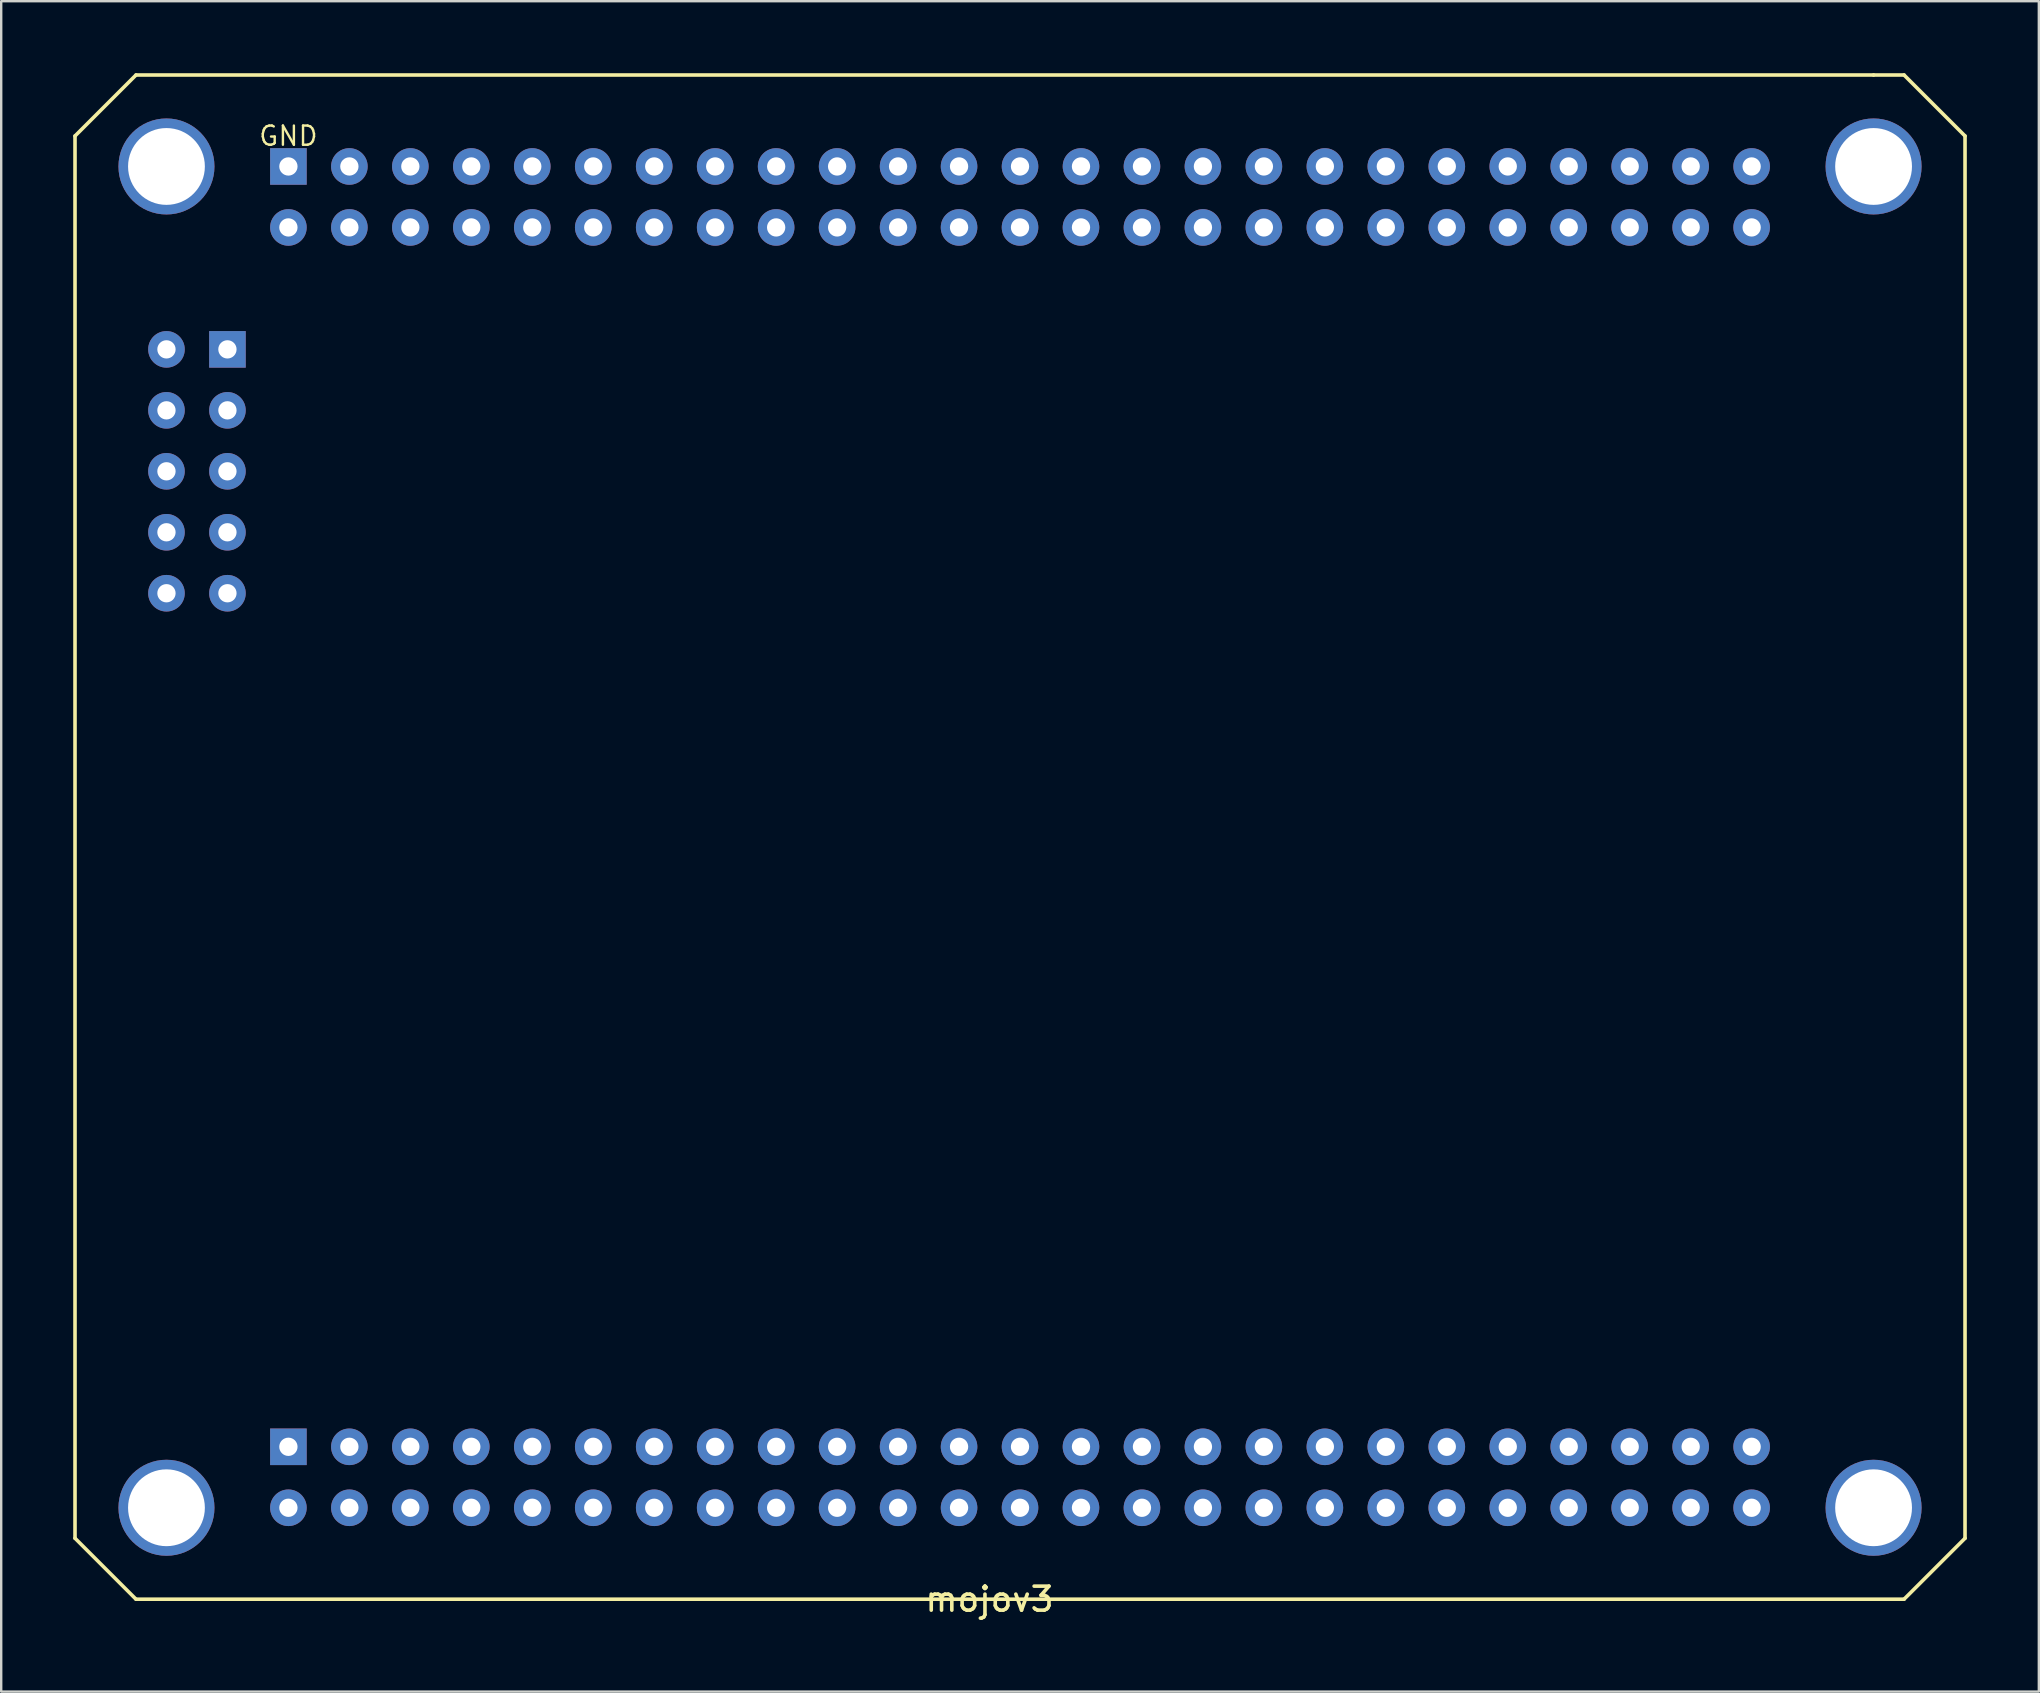
<source format=kicad_pcb>
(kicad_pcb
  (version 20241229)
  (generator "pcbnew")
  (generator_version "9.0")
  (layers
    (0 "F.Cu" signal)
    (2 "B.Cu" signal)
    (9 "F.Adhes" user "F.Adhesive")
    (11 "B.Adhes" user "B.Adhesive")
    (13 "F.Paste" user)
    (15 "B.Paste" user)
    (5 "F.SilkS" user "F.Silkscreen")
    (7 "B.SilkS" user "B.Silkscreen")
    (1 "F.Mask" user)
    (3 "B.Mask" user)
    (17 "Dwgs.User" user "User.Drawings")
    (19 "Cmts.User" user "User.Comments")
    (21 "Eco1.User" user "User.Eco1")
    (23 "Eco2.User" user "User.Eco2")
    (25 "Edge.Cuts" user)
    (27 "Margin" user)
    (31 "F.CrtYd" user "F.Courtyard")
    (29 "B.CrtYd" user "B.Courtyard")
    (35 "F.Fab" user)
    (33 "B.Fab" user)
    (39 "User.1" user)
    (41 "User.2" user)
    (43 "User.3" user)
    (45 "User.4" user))
  (footprint "mojov3"
    (layer "F.Cu")
    (at 38.175 25.475)
    (property "Reference" "mojov3" (at 0 38.1 0) (layer "F.SilkS") (effects (font (size 1 1) (thickness 0.15))))
    (attr through_hole)
    (fp_line (start -38.1 -22.86) (end -38.1 35.56) (stroke (width 0.15) (type solid)) (layer "F.SilkS"))
    (fp_line (start -38.1 -22.86) (end -35.56 -25.4) (stroke (width 0.15) (type solid)) (layer "F.SilkS"))
    (fp_line (start -38.1 35.56) (end -35.56 38.1) (stroke (width 0.15) (type solid)) (layer "F.SilkS"))
    (fp_line (start -35.56 -25.4) (end 36.83 -25.4) (stroke (width 0.15) (type solid)) (layer "F.SilkS"))
    (fp_line (start -35.56 38.1) (end 38.1 38.1) (stroke (width 0.15) (type solid)) (layer "F.SilkS"))
    (fp_line (start 36.83 -25.4) (end 38.1 -25.4) (stroke (width 0.15) (type solid)) (layer "F.SilkS"))
    (fp_line (start 38.1 -25.4) (end 40.64 -22.86) (stroke (width 0.15) (type solid)) (layer "F.SilkS"))
    (fp_line (start 40.64 -22.86) (end 40.64 35.56) (stroke (width 0.15) (type solid)) (layer "F.SilkS"))
    (fp_line (start 40.64 35.56) (end 38.1 38.1) (stroke (width 0.15) (type solid)) (layer "F.SilkS"))
    (fp_text user "GND" (at -29.21 -22.86 0) (layer "F.SilkS") (effects (font (size 0.8 0.8) (thickness 0.1))))
    (pad "+V" thru_hole circle (at -26.67 -19.05) (size 1.524 1.524) (drill 0.762) (layers "*.Cu" "*.Mask"))
    (pad "+V" thru_hole circle (at -26.67 34.29) (size 1.524 1.524) (drill 0.762) (layers "*.Cu" "*.Mask"))
    (pad "1" thru_hole circle (at 11.43 -19.05) (size 1.524 1.524) (drill 0.762) (layers "*.Cu" "*.Mask"))
    (pad "2" thru_hole circle (at 11.43 -21.59) (size 1.524 1.524) (drill 0.762) (layers "*.Cu" "*.Mask"))
    (pad "5" thru_hole circle (at 8.89 -19.05) (size 1.524 1.524) (drill 0.762) (layers "*.Cu" "*.Mask"))
    (pad "6" thru_hole circle (at 8.89 -21.59) (size 1.524 1.524) (drill 0.762) (layers "*.Cu" "*.Mask"))
    (pad "7" thru_hole circle (at 6.35 -19.05) (size 1.524 1.524) (drill 0.762) (layers "*.Cu" "*.Mask"))
    (pad "8" thru_hole circle (at 6.35 -21.59) (size 1.524 1.524) (drill 0.762) (layers "*.Cu" "*.Mask"))
    (pad "9" thru_hole circle (at 3.81 -19.05) (size 1.524 1.524) (drill 0.762) (layers "*.Cu" "*.Mask"))
    (pad "10" thru_hole circle (at 3.81 -21.59) (size 1.524 1.524) (drill 0.762) (layers "*.Cu" "*.Mask"))
    (pad "11" thru_hole circle (at 1.27 -19.05) (size 1.524 1.524) (drill 0.762) (layers "*.Cu" "*.Mask"))
    (pad "12" thru_hole circle (at 1.27 -21.59) (size 1.524 1.524) (drill 0.762) (layers "*.Cu" "*.Mask"))
    (pad "14" thru_hole circle (at -1.27 -19.05) (size 1.524 1.524) (drill 0.762) (layers "*.Cu" "*.Mask"))
    (pad "15" thru_hole circle (at -1.27 -21.59) (size 1.524 1.524) (drill 0.762) (layers "*.Cu" "*.Mask"))
    (pad "16" thru_hole circle (at -3.81 -19.05) (size 1.524 1.524) (drill 0.762) (layers "*.Cu" "*.Mask"))
    (pad "17" thru_hole circle (at -3.81 -21.59) (size 1.524 1.524) (drill 0.762) (layers "*.Cu" "*.Mask"))
    (pad "21" thru_hole circle (at -6.35 -19.05) (size 1.524 1.524) (drill 0.762) (layers "*.Cu" "*.Mask"))
    (pad "22" thru_hole circle (at -6.35 -21.59) (size 1.524 1.524) (drill 0.762) (layers "*.Cu" "*.Mask"))
    (pad "23" thru_hole circle (at -8.89 -19.05) (size 1.524 1.524) (drill 0.762) (layers "*.Cu" "*.Mask"))
    (pad "24" thru_hole circle (at -8.89 -21.59) (size 1.524 1.524) (drill 0.762) (layers "*.Cu" "*.Mask"))
    (pad "26" thru_hole circle (at -11.43 -19.05) (size 1.524 1.524) (drill 0.762) (layers "*.Cu" "*.Mask"))
    (pad "27" thru_hole circle (at -11.43 -21.59) (size 1.524 1.524) (drill 0.762) (layers "*.Cu" "*.Mask"))
    (pad "29" thru_hole circle (at -13.97 -19.05) (size 1.524 1.524) (drill 0.762) (layers "*.Cu" "*.Mask"))
    (pad "30" thru_hole circle (at -13.97 -21.59) (size 1.524 1.524) (drill 0.762) (layers "*.Cu" "*.Mask"))
    (pad "32" thru_hole circle (at -16.51 -19.05) (size 1.524 1.524) (drill 0.762) (layers "*.Cu" "*.Mask"))
    (pad "33" thru_hole circle (at -16.51 -21.59) (size 1.524 1.524) (drill 0.762) (layers "*.Cu" "*.Mask"))
    (pad "34" thru_hole circle (at -19.05 -19.05) (size 1.524 1.524) (drill 0.762) (layers "*.Cu" "*.Mask"))
    (pad "35" thru_hole circle (at -19.05 -21.59) (size 1.524 1.524) (drill 0.762) (layers "*.Cu" "*.Mask"))
    (pad "40" thru_hole circle (at -21.59 -19.05) (size 1.524 1.524) (drill 0.762) (layers "*.Cu" "*.Mask"))
    (pad "41" thru_hole circle (at -21.59 -21.59) (size 1.524 1.524) (drill 0.762) (layers "*.Cu" "*.Mask"))
    (pad "50" thru_hole circle (at -24.13 -19.05) (size 1.524 1.524) (drill 0.762) (layers "*.Cu" "*.Mask"))
    (pad "51" thru_hole circle (at -24.13 -21.59) (size 1.524 1.524) (drill 0.762) (layers "*.Cu" "*.Mask"))
    (pad "57" thru_hole circle (at -21.59 34.29) (size 1.524 1.524) (drill 0.762) (layers "*.Cu" "*.Mask"))
    (pad "58" thru_hole circle (at -21.59 31.75) (size 1.524 1.524) (drill 0.762) (layers "*.Cu" "*.Mask"))
    (pad "66" thru_hole circle (at -19.05 34.29) (size 1.524 1.524) (drill 0.762) (layers "*.Cu" "*.Mask"))
    (pad "67" thru_hole circle (at -19.05 31.75) (size 1.524 1.524) (drill 0.762) (layers "*.Cu" "*.Mask"))
    (pad "74" thru_hole circle (at -16.51 34.29) (size 1.524 1.524) (drill 0.762) (layers "*.Cu" "*.Mask"))
    (pad "75" thru_hole circle (at -16.51 31.75) (size 1.524 1.524) (drill 0.762) (layers "*.Cu" "*.Mask"))
    (pad "78" thru_hole circle (at -13.97 34.29) (size 1.524 1.524) (drill 0.762) (layers "*.Cu" "*.Mask"))
    (pad "79" thru_hole circle (at -13.97 31.75) (size 1.524 1.524) (drill 0.762) (layers "*.Cu" "*.Mask"))
    (pad "80" thru_hole circle (at -11.43 34.29) (size 1.524 1.524) (drill 0.762) (layers "*.Cu" "*.Mask"))
    (pad "81" thru_hole circle (at -11.43 31.75) (size 1.524 1.524) (drill 0.762) (layers "*.Cu" "*.Mask"))
    (pad "82" thru_hole circle (at -8.89 34.29) (size 1.524 1.524) (drill 0.762) (layers "*.Cu" "*.Mask"))
    (pad "83" thru_hole circle (at -8.89 31.75) (size 1.524 1.524) (drill 0.762) (layers "*.Cu" "*.Mask"))
    (pad "84" thru_hole circle (at -6.35 34.29) (size 1.524 1.524) (drill 0.762) (layers "*.Cu" "*.Mask"))
    (pad "85" thru_hole circle (at -6.35 31.75) (size 1.524 1.524) (drill 0.762) (layers "*.Cu" "*.Mask"))
    (pad "87" thru_hole circle (at -3.81 34.29) (size 1.524 1.524) (drill 0.762) (layers "*.Cu" "*.Mask"))
    (pad "88" thru_hole circle (at -3.81 31.75) (size 1.524 1.524) (drill 0.762) (layers "*.Cu" "*.Mask"))
    (pad "92" thru_hole circle (at -1.27 34.29) (size 1.524 1.524) (drill 0.762) (layers "*.Cu" "*.Mask"))
    (pad "93" thru_hole circle (at -1.27 31.75) (size 1.524 1.524) (drill 0.762) (layers "*.Cu" "*.Mask"))
    (pad "94" thru_hole circle (at 1.27 34.29) (size 1.524 1.524) (drill 0.762) (layers "*.Cu" "*.Mask"))
    (pad "95" thru_hole circle (at 1.27 31.75) (size 1.524 1.524) (drill 0.762) (layers "*.Cu" "*.Mask"))
    (pad "97" thru_hole circle (at 3.81 34.29) (size 1.524 1.524) (drill 0.762) (layers "*.Cu" "*.Mask"))
    (pad "98" thru_hole circle (at 3.81 31.75) (size 1.524 1.524) (drill 0.762) (layers "*.Cu" "*.Mask"))
    (pad "99" thru_hole circle (at 6.35 34.29) (size 1.524 1.524) (drill 0.762) (layers "*.Cu" "*.Mask"))
    (pad "100" thru_hole circle (at 6.35 31.75) (size 1.524 1.524) (drill 0.762) (layers "*.Cu" "*.Mask"))
    (pad "101" thru_hole circle (at 8.89 34.29) (size 1.524 1.524) (drill 0.762) (layers "*.Cu" "*.Mask"))
    (pad "102" thru_hole circle (at 8.89 31.75) (size 1.524 1.524) (drill 0.762) (layers "*.Cu" "*.Mask"))
    (pad "104" thru_hole circle (at 11.43 34.29) (size 1.524 1.524) (drill 0.762) (layers "*.Cu" "*.Mask"))
    (pad "105" thru_hole circle (at 11.43 31.75) (size 1.524 1.524) (drill 0.762) (layers "*.Cu" "*.Mask"))
    (pad "111" thru_hole circle (at 13.97 34.29) (size 1.524 1.524) (drill 0.762) (layers "*.Cu" "*.Mask"))
    (pad "112" thru_hole circle (at 13.97 31.75) (size 1.524 1.524) (drill 0.762) (layers "*.Cu" "*.Mask"))
    (pad "114" thru_hole circle (at 16.51 34.29) (size 1.524 1.524) (drill 0.762) (layers "*.Cu" "*.Mask"))
    (pad "115" thru_hole circle (at 16.51 31.75) (size 1.524 1.524) (drill 0.762) (layers "*.Cu" "*.Mask"))
    (pad "117" thru_hole circle (at 19.05 31.75) (size 1.524 1.524) (drill 0.762) (layers "*.Cu" "*.Mask"))
    (pad "117" thru_hole circle (at 19.05 34.29) (size 1.524 1.524) (drill 0.762) (layers "*.Cu" "*.Mask"))
    (pad "118" thru_hole circle (at 21.59 34.29) (size 1.524 1.524) (drill 0.762) (layers "*.Cu" "*.Mask"))
    (pad "119" thru_hole circle (at 21.59 31.75) (size 1.524 1.524) (drill 0.762) (layers "*.Cu" "*.Mask"))
    (pad "120" thru_hole circle (at 24.13 34.29) (size 1.524 1.524) (drill 0.762) (layers "*.Cu" "*.Mask"))
    (pad "121" thru_hole circle (at 24.13 31.75) (size 1.524 1.524) (drill 0.762) (layers "*.Cu" "*.Mask"))
    (pad "123" thru_hole circle (at 31.75 -19.05) (size 1.524 1.524) (drill 0.762) (layers "*.Cu" "*.Mask"))
    (pad "124" thru_hole circle (at 31.75 -21.59) (size 1.524 1.524) (drill 0.762) (layers "*.Cu" "*.Mask"))
    (pad "126" thru_hole circle (at 29.21 -19.05) (size 1.524 1.524) (drill 0.762) (layers "*.Cu" "*.Mask"))
    (pad "127" thru_hole circle (at 29.21 -21.59) (size 1.524 1.524) (drill 0.762) (layers "*.Cu" "*.Mask"))
    (pad "131" thru_hole circle (at 26.67 -19.05) (size 1.524 1.524) (drill 0.762) (layers "*.Cu" "*.Mask"))
    (pad "132" thru_hole circle (at 26.67 -21.59) (size 1.524 1.524) (drill 0.762) (layers "*.Cu" "*.Mask"))
    (pad "133" thru_hole circle (at 24.13 -19.05) (size 1.524 1.524) (drill 0.762) (layers "*.Cu" "*.Mask"))
    (pad "134" thru_hole circle (at 24.13 -21.59) (size 1.524 1.524) (drill 0.762) (layers "*.Cu" "*.Mask"))
    (pad "137" thru_hole circle (at 21.59 -19.05) (size 1.524 1.524) (drill 0.762) (layers "*.Cu" "*.Mask"))
    (pad "138" thru_hole circle (at 21.59 -21.59) (size 1.524 1.524) (drill 0.762) (layers "*.Cu" "*.Mask"))
    (pad "139" thru_hole circle (at 19.05 -19.05) (size 1.524 1.524) (drill 0.762) (layers "*.Cu" "*.Mask"))
    (pad "140" thru_hole circle (at 19.05 -21.59) (size 1.524 1.524) (drill 0.762) (layers "*.Cu" "*.Mask"))
    (pad "141" thru_hole circle (at 16.51 -19.05) (size 1.524 1.524) (drill 0.762) (layers "*.Cu" "*.Mask"))
    (pad "142" thru_hole circle (at 16.51 -21.59) (size 1.524 1.524) (drill 0.762) (layers "*.Cu" "*.Mask"))
    (pad "143" thru_hole circle (at 13.97 -19.05) (size 1.524 1.524) (drill 0.762) (layers "*.Cu" "*.Mask"))
    (pad "144" thru_hole circle (at 13.97 -21.59) (size 1.524 1.524) (drill 0.762) (layers "*.Cu" "*.Mask"))
    (pad "A0" thru_hole circle (at -31.75 -3.81) (size 1.524 1.524) (drill 0.762) (layers "*.Cu" "*.Mask"))
    (pad "A1" thru_hole circle (at -34.29 -3.81) (size 1.524 1.524) (drill 0.762) (layers "*.Cu" "*.Mask"))
    (pad "A4" thru_hole circle (at -31.75 -6.35) (size 1.524 1.524) (drill 0.762) (layers "*.Cu" "*.Mask"))
    (pad "A5" thru_hole circle (at -34.29 -6.35) (size 1.524 1.524) (drill 0.762) (layers "*.Cu" "*.Mask"))
    (pad "A6" thru_hole circle (at -31.75 -8.89) (size 1.524 1.524) (drill 0.762) (layers "*.Cu" "*.Mask"))
    (pad "A7" thru_hole circle (at -34.29 -8.89) (size 1.524 1.524) (drill 0.762) (layers "*.Cu" "*.Mask"))
    (pad "A8" thru_hole circle (at -31.75 -11.43) (size 1.524 1.524) (drill 0.762) (layers "*.Cu" "*.Mask"))
    (pad "A9" thru_hole circle (at -34.29 -11.43) (size 1.524 1.524) (drill 0.762) (layers "*.Cu" "*.Mask"))
    (pad "AREF" thru_hole circle (at -34.29 -13.97) (size 1.524 1.524) (drill 0.762) (layers "*.Cu" "*.Mask"))
    (pad "DONE" thru_hole circle (at -24.13 34.29) (size 1.524 1.524) (drill 0.762) (layers "*.Cu" "*.Mask"))
    (pad "GND" thru_hole circle (at -34.29 -21.59) (size 4 4) (drill 3.2) (layers "*.Cu" "*.Mask"))
    (pad "GND" thru_hole circle (at -34.29 34.29) (size 4 4) (drill 3.2) (layers "*.Cu" "*.Mask"))
    (pad "GND" thru_hole rect (at -31.75 -13.97) (size 1.524 1.524) (drill 0.762) (layers "*.Cu" "*.Mask"))
    (pad "GND" thru_hole rect (at -29.21 -21.59) (size 1.524 1.524) (drill 0.762) (layers "*.Cu" "*.Mask"))
    (pad "GND" thru_hole rect (at -29.21 31.75) (size 1.524 1.524) (drill 0.762) (layers "*.Cu" "*.Mask"))
    (pad "GND" thru_hole circle (at -26.67 -21.59) (size 1.524 1.524) (drill 0.762) (layers "*.Cu" "*.Mask"))
    (pad "GND" thru_hole circle (at -26.67 31.75) (size 1.524 1.524) (drill 0.762) (layers "*.Cu" "*.Mask"))
    (pad "GND" thru_hole circle (at 31.75 34.29) (size 1.524 1.524) (drill 0.762) (layers "*.Cu" "*.Mask"))
    (pad "GND" thru_hole circle (at 36.83 -21.59) (size 4 4) (drill 3.2) (layers "*.Cu" "*.Mask"))
    (pad "GND" thru_hole circle (at 36.83 34.29) (size 4 4) (drill 3.2) (layers "*.Cu" "*.Mask"))
    (pad "RAW" thru_hole circle (at -29.21 -19.05) (size 1.524 1.524) (drill 0.762) (layers "*.Cu" "*.Mask"))
    (pad "RAW" thru_hole circle (at -29.21 34.29) (size 1.524 1.524) (drill 0.762) (layers "*.Cu" "*.Mask"))
    (pad "RST" thru_hole circle (at 31.75 31.75) (size 1.524 1.524) (drill 0.762) (layers "*.Cu" "*.Mask"))
    (pad "SUS" thru_hole circle (at -24.13 31.75) (size 1.524 1.524) (drill 0.762) (layers "*.Cu" "*.Mask"))
    (pad "TCK" thru_hole circle (at 29.21 34.29) (size 1.524 1.524) (drill 0.762) (layers "*.Cu" "*.Mask"))
    (pad "TDD" thru_hole circle (at 26.67 34.29) (size 1.524 1.524) (drill 0.762) (layers "*.Cu" "*.Mask"))
    (pad "TDI" thru_hole circle (at 29.21 31.75) (size 1.524 1.524) (drill 0.762) (layers "*.Cu" "*.Mask"))
    (pad "TMS" thru_hole circle (at 26.67 31.75) (size 1.524 1.524) (drill 0.762) (layers "*.Cu" "*.Mask")))
  (gr_rect
    (start -3 -3)
    (end 81.89 67.423)
    (stroke (width 0.1) (type default))
    (fill no)
    (layer "Edge.Cuts")))
</source>
